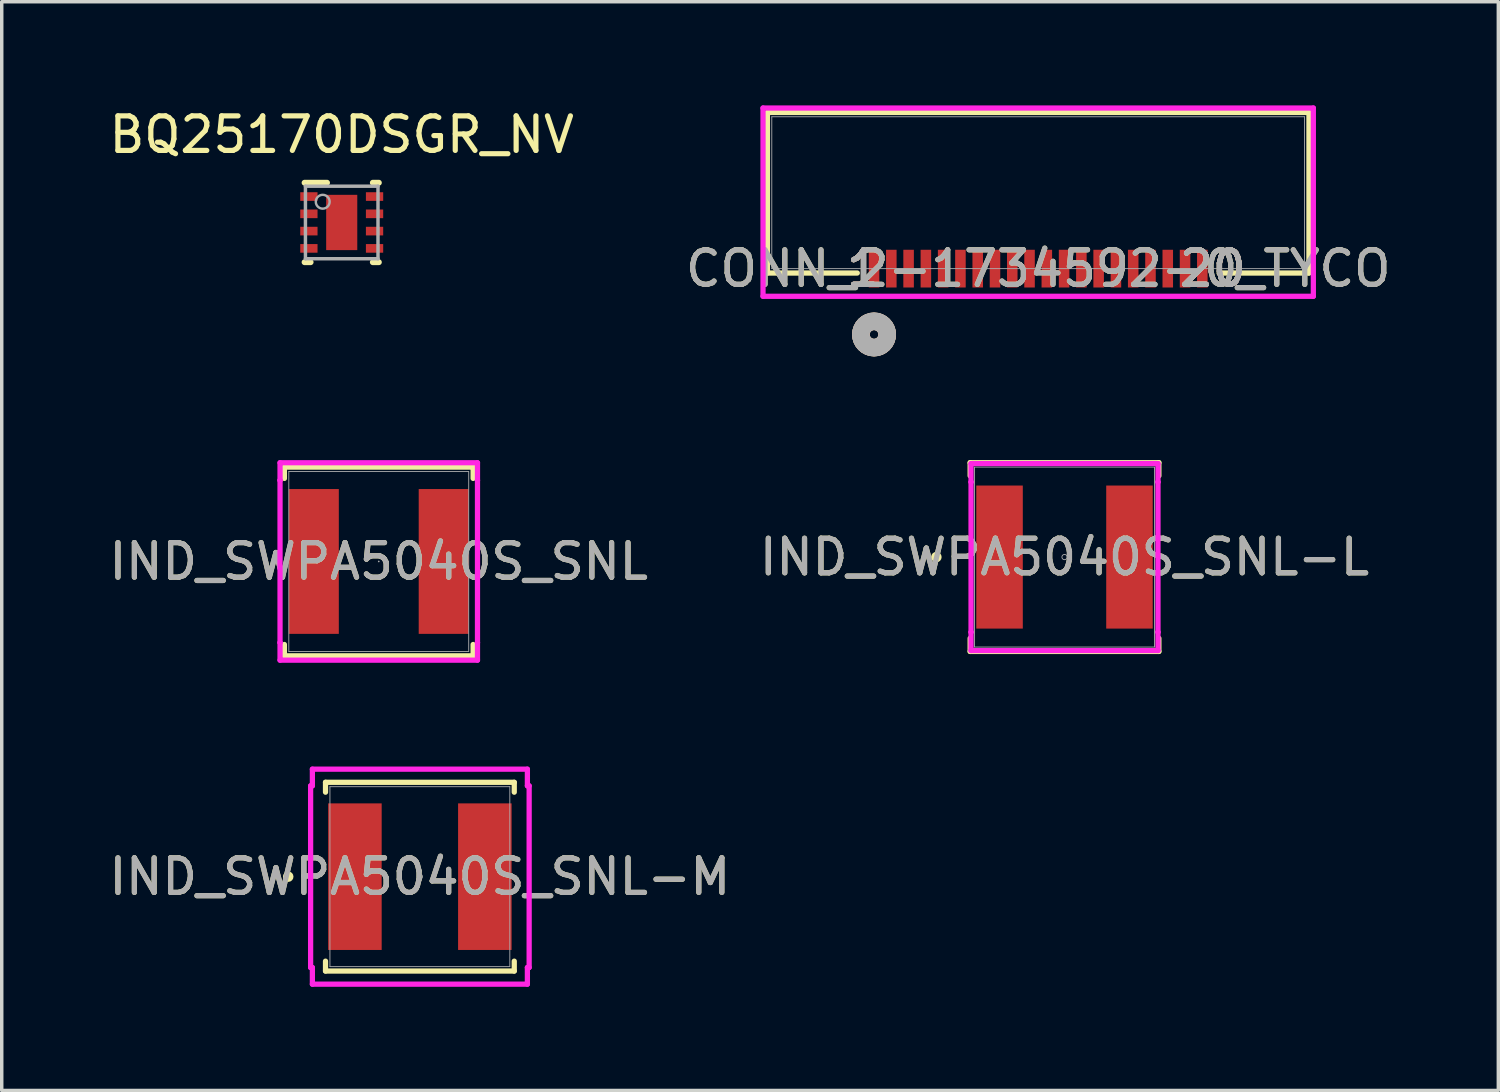
<source format=kicad_pcb>
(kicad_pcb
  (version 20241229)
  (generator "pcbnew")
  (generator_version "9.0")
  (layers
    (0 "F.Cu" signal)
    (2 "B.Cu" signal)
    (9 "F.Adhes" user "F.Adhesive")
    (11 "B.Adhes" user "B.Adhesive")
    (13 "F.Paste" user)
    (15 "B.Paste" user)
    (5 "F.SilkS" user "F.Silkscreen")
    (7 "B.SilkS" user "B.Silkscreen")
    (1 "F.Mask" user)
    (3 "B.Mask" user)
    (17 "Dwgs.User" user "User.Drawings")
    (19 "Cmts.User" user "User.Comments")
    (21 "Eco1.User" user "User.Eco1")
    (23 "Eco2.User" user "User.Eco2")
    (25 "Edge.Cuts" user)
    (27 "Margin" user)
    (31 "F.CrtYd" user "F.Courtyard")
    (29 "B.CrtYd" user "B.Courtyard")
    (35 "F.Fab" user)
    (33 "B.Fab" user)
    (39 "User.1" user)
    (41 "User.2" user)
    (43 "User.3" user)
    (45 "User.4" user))
  (footprint "IND_SWPA5040S_SNL-L"
    (layer "F.Cu")
    (at 27.756 13.071)
    (property "Reference" "IND_SWPA5040S_SNL-L" (at 0 0 0) (unlocked yes) (layer "F.SilkS") (effects (font (size 1 1) (thickness 0.15))))
    (attr smd)
    (fp_line (start -2.731 -2.731) (end -2.731 -2.351) (stroke (width 0.152) (type solid)) (layer "F.SilkS"))
    (fp_line (start -2.731 2.351) (end -2.731 2.731) (stroke (width 0.152) (type solid)) (layer "F.SilkS"))
    (fp_line (start -2.731 2.731) (end 2.731 2.731) (stroke (width 0.152) (type solid)) (layer "F.SilkS"))
    (fp_line (start 2.731 -2.731) (end -2.731 -2.731) (stroke (width 0.152) (type solid)) (layer "F.SilkS"))
    (fp_line (start 2.731 -2.351) (end 2.731 -2.731) (stroke (width 0.152) (type solid)) (layer "F.SilkS"))
    (fp_line (start 2.731 2.731) (end 2.731 2.351) (stroke (width 0.152) (type solid)) (layer "F.SilkS"))
    (fp_circle (center -3.708 0) (end -3.632 0) (stroke (width 0.152) (type solid)) (fill no) (layer "F.SilkS"))
    (fp_line (start -2.705 -2.705) (end 2.705 -2.705) (stroke (width 0.152) (type solid)) (layer "F.CrtYd"))
    (fp_line (start -2.705 -2.172) (end -2.705 -2.705) (stroke (width 0.152) (type solid)) (layer "F.CrtYd"))
    (fp_line (start -2.705 -2.172) (end -2.705 -2.172) (stroke (width 0.152) (type solid)) (layer "F.CrtYd"))
    (fp_line (start -2.705 2.172) (end -2.705 -2.172) (stroke (width 0.152) (type solid)) (layer "F.CrtYd"))
    (fp_line (start -2.705 2.172) (end -2.705 2.172) (stroke (width 0.152) (type solid)) (layer "F.CrtYd"))
    (fp_line (start -2.705 2.705) (end -2.705 2.172) (stroke (width 0.152) (type solid)) (layer "F.CrtYd"))
    (fp_line (start 2.705 -2.705) (end 2.705 -2.172) (stroke (width 0.152) (type solid)) (layer "F.CrtYd"))
    (fp_line (start 2.705 -2.172) (end 2.705 -2.172) (stroke (width 0.152) (type solid)) (layer "F.CrtYd"))
    (fp_line (start 2.705 -2.172) (end 2.705 2.172) (stroke (width 0.152) (type solid)) (layer "F.CrtYd"))
    (fp_line (start 2.705 2.172) (end 2.705 2.172) (stroke (width 0.152) (type solid)) (layer "F.CrtYd"))
    (fp_line (start 2.705 2.172) (end 2.705 2.705) (stroke (width 0.152) (type solid)) (layer "F.CrtYd"))
    (fp_line (start 2.705 2.705) (end -2.705 2.705) (stroke (width 0.152) (type solid)) (layer "F.CrtYd"))
    (fp_line (start -2.603 -2.603) (end -2.603 2.603) (stroke (width 0.025) (type solid)) (layer "F.Fab"))
    (fp_line (start -2.603 2.603) (end 2.603 2.603) (stroke (width 0.025) (type solid)) (layer "F.Fab"))
    (fp_line (start 2.603 -2.603) (end -2.603 -2.603) (stroke (width 0.025) (type solid)) (layer "F.Fab"))
    (fp_line (start 2.603 2.603) (end 2.603 -2.603) (stroke (width 0.025) (type solid)) (layer "F.Fab"))
    (fp_circle (center 0 0) (end 0.076 0) (stroke (width 0.025) (type solid)) (fill no) (layer "F.Fab"))
    (fp_text user "${REFERENCE}" (at 0 0 0) (unlocked yes) (layer "F.Fab") (effects (font (size 1 1) (thickness 0.15))))
    (pad "1" smd rect (at -1.88 0) (size 1.346 4.14) (layers "F.Cu" "F.Mask" "F.Paste"))
    (pad "2" smd rect (at 1.88 0) (size 1.346 4.14) (layers "F.Cu" "F.Mask" "F.Paste")))
  (footprint "IND_SWPA5040S_SNL"
    (layer "F.Cu")
    (at 7.911 13.198)
    (property "Reference" "IND_SWPA5040S_SNL" (at 0 0 0) (unlocked yes) (layer "F.SilkS") (effects (font (size 1 1) (thickness 0.15))))
    (attr smd)
    (fp_line (start -2.731 -2.731) (end -2.731 -2.403) (stroke (width 0.152) (type solid)) (layer "F.SilkS"))
    (fp_line (start -2.731 2.403) (end -2.731 2.731) (stroke (width 0.152) (type solid)) (layer "F.SilkS"))
    (fp_line (start -2.731 2.731) (end 2.731 2.731) (stroke (width 0.152) (type solid)) (layer "F.SilkS"))
    (fp_line (start 2.731 -2.731) (end -2.731 -2.731) (stroke (width 0.152) (type solid)) (layer "F.SilkS"))
    (fp_line (start 2.731 -2.403) (end 2.731 -2.731) (stroke (width 0.152) (type solid)) (layer "F.SilkS"))
    (fp_line (start 2.731 2.731) (end 2.731 2.403) (stroke (width 0.152) (type solid)) (layer "F.SilkS"))
    (fp_line (start -2.857 -2.857) (end 2.857 -2.857) (stroke (width 0.152) (type solid)) (layer "F.CrtYd"))
    (fp_line (start -2.857 -2.349) (end -2.857 -2.857) (stroke (width 0.152) (type solid)) (layer "F.CrtYd"))
    (fp_line (start -2.857 -2.349) (end -2.857 -2.349) (stroke (width 0.152) (type solid)) (layer "F.CrtYd"))
    (fp_line (start -2.857 2.349) (end -2.857 -2.349) (stroke (width 0.152) (type solid)) (layer "F.CrtYd"))
    (fp_line (start -2.857 2.349) (end -2.857 2.349) (stroke (width 0.152) (type solid)) (layer "F.CrtYd"))
    (fp_line (start -2.857 2.857) (end -2.857 2.349) (stroke (width 0.152) (type solid)) (layer "F.CrtYd"))
    (fp_line (start 2.857 -2.857) (end 2.857 -2.349) (stroke (width 0.152) (type solid)) (layer "F.CrtYd"))
    (fp_line (start 2.857 -2.349) (end 2.857 -2.349) (stroke (width 0.152) (type solid)) (layer "F.CrtYd"))
    (fp_line (start 2.857 -2.349) (end 2.857 2.349) (stroke (width 0.152) (type solid)) (layer "F.CrtYd"))
    (fp_line (start 2.857 2.349) (end 2.857 2.349) (stroke (width 0.152) (type solid)) (layer "F.CrtYd"))
    (fp_line (start 2.857 2.349) (end 2.857 2.857) (stroke (width 0.152) (type solid)) (layer "F.CrtYd"))
    (fp_line (start 2.857 2.857) (end -2.857 2.857) (stroke (width 0.152) (type solid)) (layer "F.CrtYd"))
    (fp_line (start -2.603 -2.603) (end -2.603 2.603) (stroke (width 0.025) (type solid)) (layer "F.Fab"))
    (fp_line (start -2.603 2.603) (end 2.603 2.603) (stroke (width 0.025) (type solid)) (layer "F.Fab"))
    (fp_line (start 2.603 -2.603) (end -2.603 -2.603) (stroke (width 0.025) (type solid)) (layer "F.Fab"))
    (fp_line (start 2.603 2.603) (end 2.603 -2.603) (stroke (width 0.025) (type solid)) (layer "F.Fab"))
    (fp_circle (center 0 0) (end 0 0) (stroke (width 0.025) (type solid)) (fill no) (layer "F.Fab"))
    (fp_text user "${REFERENCE}" (at 0 0 0) (unlocked yes) (layer "F.Fab") (effects (font (size 1 1) (thickness 0.15))))
    (pad "1" smd rect (at -1.88 0) (size 1.448 4.191) (layers "F.Cu" "F.Mask" "F.Paste"))
    (pad "2" smd rect (at 1.88 0) (size 1.448 4.191) (layers "F.Cu" "F.Mask" "F.Paste")))
  (footprint "CONN_2-1734592-0_TYCO"
    (layer "F.Cu")
    (at 22.244 4.724)
    (property "Reference" "CONN_2-1734592-0_TYCO" (at 4.75 0 0) (unlocked yes) (layer "F.SilkS") (effects (font (size 1 1) (thickness 0.15))))
    (attr smd)
    (fp_line (start -3.086 -4.521) (end -3.086 0.127) (stroke (width 0.152) (type solid)) (layer "F.SilkS"))
    (fp_line (start -3.086 0.127) (end -0.485 0.127) (stroke (width 0.152) (type solid)) (layer "F.SilkS"))
    (fp_line (start 9.985 0.127) (end 12.586 0.127) (stroke (width 0.152) (type solid)) (layer "F.SilkS"))
    (fp_line (start 12.586 -4.521) (end -3.086 -4.521) (stroke (width 0.152) (type solid)) (layer "F.SilkS"))
    (fp_line (start 12.586 0.127) (end 12.586 -4.521) (stroke (width 0.152) (type solid)) (layer "F.SilkS"))
    (fp_circle (center -0.000001 1.905) (end 0.381 1.905) (stroke (width 0.508) (type solid)) (fill no) (layer "F.SilkS"))
    (fp_circle (center -0.000001 1.905) (end 0.381 1.905) (stroke (width 0.508) (type solid)) (fill no) (layer "B.SilkS"))
    (fp_line (start -3.213 -4.648) (end -3.213 0.8) (stroke (width 0.152) (type solid)) (layer "F.CrtYd"))
    (fp_line (start -3.213 0.8) (end 12.713 0.8) (stroke (width 0.152) (type solid)) (layer "F.CrtYd"))
    (fp_line (start 12.713 -4.648) (end -3.213 -4.648) (stroke (width 0.152) (type solid)) (layer "F.CrtYd"))
    (fp_line (start 12.713 0.8) (end 12.713 -4.648) (stroke (width 0.152) (type solid)) (layer "F.CrtYd"))
    (fp_line (start -2.959 -4.394) (end -2.959 0) (stroke (width 0.025) (type solid)) (layer "F.Fab"))
    (fp_line (start -2.959 0) (end 12.459 0) (stroke (width 0.025) (type solid)) (layer "F.Fab"))
    (fp_line (start 12.459 -4.394) (end -2.959 -4.394) (stroke (width 0.025) (type solid)) (layer "F.Fab"))
    (fp_line (start 12.459 0) (end 12.459 -4.394) (stroke (width 0.025) (type solid)) (layer "F.Fab"))
    (fp_circle (center -0.000001 1.905) (end 0.381 1.905) (stroke (width 0.508) (type solid)) (fill no) (layer "F.Fab"))
    (fp_text user "20" (at 9.805 0 0) (unlocked yes) (layer "F.SilkS") (effects (font (size 1 1) (thickness 0.15))))
    (fp_text user "20" (at 9.805 0 0) (unlocked yes) (layer "F.SilkS") (effects (font (size 1 1) (thickness 0.15))))
    (fp_text user "1" (at -0.305 0 0) (unlocked yes) (layer "F.SilkS") (effects (font (size 1 1) (thickness 0.15))))
    (fp_text user "1" (at -0.305 0 0) (unlocked yes) (layer "F.SilkS") (effects (font (size 1 1) (thickness 0.15))))
    (fp_text user "1" (at -0.305 0 0) (unlocked yes) (layer "B.SilkS") (effects (font (size 1 1) (thickness 0.15))))
    (fp_text user "20" (at 9.805 0 0) (unlocked yes) (layer "B.SilkS") (effects (font (size 1 1) (thickness 0.15))))
    (fp_text user "1" (at -0.305 0 0) (unlocked yes) (layer "B.SilkS") (effects (font (size 1 1) (thickness 0.15))))
    (fp_text user "20" (at 9.805 0 0) (unlocked yes) (layer "B.SilkS") (effects (font (size 1 1) (thickness 0.15))))
    (fp_text user "20" (at 9.805 0 0) (unlocked yes) (layer "F.Fab") (effects (font (size 1 1) (thickness 0.15))))
    (fp_text user "1" (at -0.305 0 0) (unlocked yes) (layer "F.Fab") (effects (font (size 1 1) (thickness 0.15))))
    (fp_text user "20" (at 9.805 0 0) (unlocked yes) (layer "F.Fab") (effects (font (size 1 1) (thickness 0.15))))
    (fp_text user "1" (at -0.305 0 0) (unlocked yes) (layer "F.Fab") (effects (font (size 1 1) (thickness 0.15))))
    (fp_text user "${REFERENCE}" (at 4.75 0 0) (unlocked yes) (layer "F.Fab") (effects (font (size 1 1) (thickness 0.15))))
    (pad "1" smd rect (at -0.000001 0) (size 0.305 1.092) (layers "F.Cu" "F.Mask" "F.Paste"))
    (pad "2" smd rect (at 0.5 0) (size 0.305 1.092) (layers "F.Cu" "F.Mask" "F.Paste"))
    (pad "3" smd rect (at 1 0) (size 0.305 1.092) (layers "F.Cu" "F.Mask" "F.Paste"))
    (pad "4" smd rect (at 1.5 0) (size 0.305 1.092) (layers "F.Cu" "F.Mask" "F.Paste"))
    (pad "5" smd rect (at 2 0) (size 0.305 1.092) (layers "F.Cu" "F.Mask" "F.Paste"))
    (pad "6" smd rect (at 2.5 0) (size 0.305 1.092) (layers "F.Cu" "F.Mask" "F.Paste"))
    (pad "7" smd rect (at 3 0) (size 0.305 1.092) (layers "F.Cu" "F.Mask" "F.Paste"))
    (pad "8" smd rect (at 3.5 0) (size 0.305 1.092) (layers "F.Cu" "F.Mask" "F.Paste"))
    (pad "9" smd rect (at 4 0) (size 0.305 1.092) (layers "F.Cu" "F.Mask" "F.Paste"))
    (pad "10" smd rect (at 4.5 0) (size 0.305 1.092) (layers "F.Cu" "F.Mask" "F.Paste"))
    (pad "11" smd rect (at 5 0) (size 0.305 1.092) (layers "F.Cu" "F.Mask" "F.Paste"))
    (pad "12" smd rect (at 5.5 0) (size 0.305 1.092) (layers "F.Cu" "F.Mask" "F.Paste"))
    (pad "13" smd rect (at 6 0) (size 0.305 1.092) (layers "F.Cu" "F.Mask" "F.Paste"))
    (pad "14" smd rect (at 6.5 0) (size 0.305 1.092) (layers "F.Cu" "F.Mask" "F.Paste"))
    (pad "15" smd rect (at 7 0) (size 0.305 1.092) (layers "F.Cu" "F.Mask" "F.Paste"))
    (pad "16" smd rect (at 7.5 0) (size 0.305 1.092) (layers "F.Cu" "F.Mask" "F.Paste"))
    (pad "17" smd rect (at 8 0) (size 0.305 1.092) (layers "F.Cu" "F.Mask" "F.Paste"))
    (pad "18" smd rect (at 8.5 0) (size 0.305 1.092) (layers "F.Cu" "F.Mask" "F.Paste"))
    (pad "19" smd rect (at 9 0) (size 0.305 1.092) (layers "F.Cu" "F.Mask" "F.Paste"))
    (pad "20" smd rect (at 9.5 0) (size 0.305 1.092) (layers "F.Cu" "F.Mask" "F.Paste")))
  (footprint "IND_SWPA5040S_SNL-M"
    (layer "F.Cu")
    (at 9.101 22.32)
    (property "Reference" "IND_SWPA5040S_SNL-M" (at 0 0 0) (unlocked yes) (layer "F.SilkS") (effects (font (size 1 1) (thickness 0.15))))
    (attr smd)
    (fp_line (start -2.731 -2.731) (end -2.731 -2.445) (stroke (width 0.152) (type solid)) (layer "F.SilkS"))
    (fp_line (start -2.731 2.445) (end -2.731 2.731) (stroke (width 0.152) (type solid)) (layer "F.SilkS"))
    (fp_line (start -2.731 2.731) (end 2.731 2.731) (stroke (width 0.152) (type solid)) (layer "F.SilkS"))
    (fp_line (start 2.731 -2.731) (end -2.731 -2.731) (stroke (width 0.152) (type solid)) (layer "F.SilkS"))
    (fp_line (start 2.731 -2.445) (end 2.731 -2.731) (stroke (width 0.152) (type solid)) (layer "F.SilkS"))
    (fp_line (start 2.731 2.731) (end 2.731 2.445) (stroke (width 0.152) (type solid)) (layer "F.SilkS"))
    (fp_circle (center -3.81 0) (end -3.734 0) (stroke (width 0.152) (type solid)) (fill no) (layer "F.SilkS"))
    (fp_line (start -3.162 -2.629) (end -3.111 -2.629) (stroke (width 0.152) (type solid)) (layer "F.CrtYd"))
    (fp_line (start -3.162 2.629) (end -3.162 -2.629) (stroke (width 0.152) (type solid)) (layer "F.CrtYd"))
    (fp_line (start -3.162 2.629) (end -3.111 2.629) (stroke (width 0.152) (type solid)) (layer "F.CrtYd"))
    (fp_line (start -3.111 -3.111) (end 3.111 -3.111) (stroke (width 0.152) (type solid)) (layer "F.CrtYd"))
    (fp_line (start -3.111 -2.629) (end -3.111 -3.111) (stroke (width 0.152) (type solid)) (layer "F.CrtYd"))
    (fp_line (start -3.111 3.111) (end -3.111 2.629) (stroke (width 0.152) (type solid)) (layer "F.CrtYd"))
    (fp_line (start 3.111 -3.111) (end 3.111 -2.629) (stroke (width 0.152) (type solid)) (layer "F.CrtYd"))
    (fp_line (start 3.111 2.629) (end 3.111 3.111) (stroke (width 0.152) (type solid)) (layer "F.CrtYd"))
    (fp_line (start 3.111 3.111) (end -3.111 3.111) (stroke (width 0.152) (type solid)) (layer "F.CrtYd"))
    (fp_line (start 3.162 -2.629) (end 3.111 -2.629) (stroke (width 0.152) (type solid)) (layer "F.CrtYd"))
    (fp_line (start 3.162 -2.629) (end 3.162 2.629) (stroke (width 0.152) (type solid)) (layer "F.CrtYd"))
    (fp_line (start 3.162 2.629) (end 3.111 2.629) (stroke (width 0.152) (type solid)) (layer "F.CrtYd"))
    (fp_line (start -2.603 -2.603) (end -2.603 2.603) (stroke (width 0.025) (type solid)) (layer "F.Fab"))
    (fp_line (start -2.603 2.603) (end 2.603 2.603) (stroke (width 0.025) (type solid)) (layer "F.Fab"))
    (fp_line (start 2.603 -2.603) (end -2.603 -2.603) (stroke (width 0.025) (type solid)) (layer "F.Fab"))
    (fp_line (start 2.603 2.603) (end 2.603 -2.603) (stroke (width 0.025) (type solid)) (layer "F.Fab"))
    (fp_circle (center 0 0) (end 0.076 0) (stroke (width 0.025) (type solid)) (fill no) (layer "F.Fab"))
    (fp_text user "${REFERENCE}" (at 0 0 0) (unlocked yes) (layer "F.Fab") (effects (font (size 1 1) (thickness 0.15))))
    (pad "1" smd rect (at -1.88 0) (size 1.549 4.242) (layers "F.Cu" "F.Mask" "F.Paste"))
    (pad "2" smd rect (at 1.88 0) (size 1.549 4.242) (layers "F.Cu" "F.Mask" "F.Paste")))
  (footprint "BQ25170DSGR_NV"
    (layer "F.Cu")
    (at 6.839 3.388)
    (property "Reference" "BQ25170DSGR_NV" (at 0 -2.54 0) (unlocked yes) (layer "F.SilkS") (effects (font (size 1 1) (thickness 0.15))))
    (attr smd)
    (fp_line (start -1.075 -1.15) (end -0.425 -1.15) (stroke (width 0.17) (type solid)) (layer "F.SilkS"))
    (fp_line (start -1.075 1.15) (end -0.9 1.15) (stroke (width 0.17) (type solid)) (layer "F.SilkS"))
    (fp_line (start 0.9 -1.15) (end 1.075 -1.15) (stroke (width 0.17) (type solid)) (layer "F.SilkS"))
    (fp_line (start 0.9 1.15) (end 1.075 1.15) (stroke (width 0.17) (type solid)) (layer "F.SilkS"))
    (fp_poly (pts (xy -0.45 -0.149) (xy -0.45 -0.751) (xy -0.449 -0.761) (xy -0.446 -0.77) (xy -0.442 -0.778) (xy -0.436 -0.786) (xy -0.428 -0.792) (xy -0.42 -0.796) (xy -0.411 -0.799) (xy -0.401 -0.8) (xy 0.401 -0.8) (xy 0.411 -0.799) (xy 0.42 -0.796) (xy 0.428 -0.792) (xy 0.436 -0.786) (xy 0.442 -0.778) (xy 0.446 -0.77) (xy 0.449 -0.761) (xy 0.45 -0.751) (xy 0.45 -0.149) (xy 0.449 -0.139) (xy 0.446 -0.13) (xy 0.442 -0.122) (xy 0.436 -0.114) (xy 0.428 -0.108) (xy 0.42 -0.104) (xy 0.411 -0.101) (xy 0.401 -0.1) (xy -0.401 -0.1) (xy -0.411 -0.101) (xy -0.42 -0.104) (xy -0.428 -0.108) (xy -0.436 -0.114) (xy -0.442 -0.122) (xy -0.446 -0.13) (xy -0.449 -0.139)) (stroke (width 0) (type solid)) (fill yes) (layer "F.Paste"))
    (fp_poly (pts (xy -0.45 0.751) (xy -0.45 0.149) (xy -0.449 0.139) (xy -0.446 0.13) (xy -0.442 0.122) (xy -0.436 0.114) (xy -0.428 0.108) (xy -0.42 0.104) (xy -0.411 0.101) (xy -0.401 0.1) (xy 0.401 0.1) (xy 0.411 0.101) (xy 0.42 0.104) (xy 0.428 0.108) (xy 0.436 0.114) (xy 0.442 0.122) (xy 0.446 0.13) (xy 0.449 0.139) (xy 0.45 0.149) (xy 0.45 0.751) (xy 0.449 0.761) (xy 0.446 0.77) (xy 0.442 0.778) (xy 0.436 0.786) (xy 0.428 0.792) (xy 0.42 0.796) (xy 0.411 0.799) (xy 0.401 0.8) (xy -0.401 0.8) (xy -0.411 0.799) (xy -0.42 0.796) (xy -0.428 0.792) (xy -0.436 0.786) (xy -0.442 0.778) (xy -0.446 0.77) (xy -0.449 0.761)) (stroke (width 0) (type solid)) (fill yes) (layer "F.Paste"))
    (fp_line (start -1.05 -1.05) (end 1.05 -1.05) (stroke (width 0.1) (type solid)) (layer "F.Fab"))
    (fp_line (start -1.05 1.05) (end -1.05 -1.05) (stroke (width 0.1) (type solid)) (layer "F.Fab"))
    (fp_line (start -1.05 1.05) (end 1.05 1.05) (stroke (width 0.1) (type solid)) (layer "F.Fab"))
    (fp_line (start 1.05 1.05) (end 1.05 -1.05) (stroke (width 0.1) (type solid)) (layer "F.Fab"))
    (fp_circle (center -0.55 -0.6) (end -0.35 -0.6) (stroke (width 0.07) (type solid)) (fill no) (layer "F.Fab"))
    (pad "1" smd rect (at -0.95 -0.75 90) (size 0.25 0.5) (layers "F.Cu" "F.Mask" "F.Paste"))
    (pad "2" smd rect (at -0.95 -0.25 90) (size 0.25 0.5) (layers "F.Cu" "F.Mask" "F.Paste"))
    (pad "3" smd rect (at -0.95 0.25 90) (size 0.25 0.5) (layers "F.Cu" "F.Mask" "F.Paste"))
    (pad "4" smd rect (at -0.95 0.75 90) (size 0.25 0.5) (layers "F.Cu" "F.Mask" "F.Paste"))
    (pad "5" smd rect (at 0.95 0.75 90) (size 0.25 0.5) (layers "F.Cu" "F.Mask" "F.Paste"))
    (pad "6" smd rect (at 0.95 0.25 90) (size 0.25 0.5) (layers "F.Cu" "F.Mask" "F.Paste"))
    (pad "7" smd rect (at 0.95 -0.25 90) (size 0.25 0.5) (layers "F.Cu" "F.Mask" "F.Paste"))
    (pad "8" smd rect (at 0.95 -0.75 90) (size 0.25 0.5) (layers "F.Cu" "F.Mask" "F.Paste"))
    (pad "9" smd rect (at 0 0) (size 0.9 1.6) (layers "F.Cu" "F.Mask" "F.Paste")))
  (gr_rect
    (start -3 -3)
    (end 40.31 28.507)
    (stroke (width 0.1) (type default))
    (fill no)
    (layer "Edge.Cuts")))
</source>
